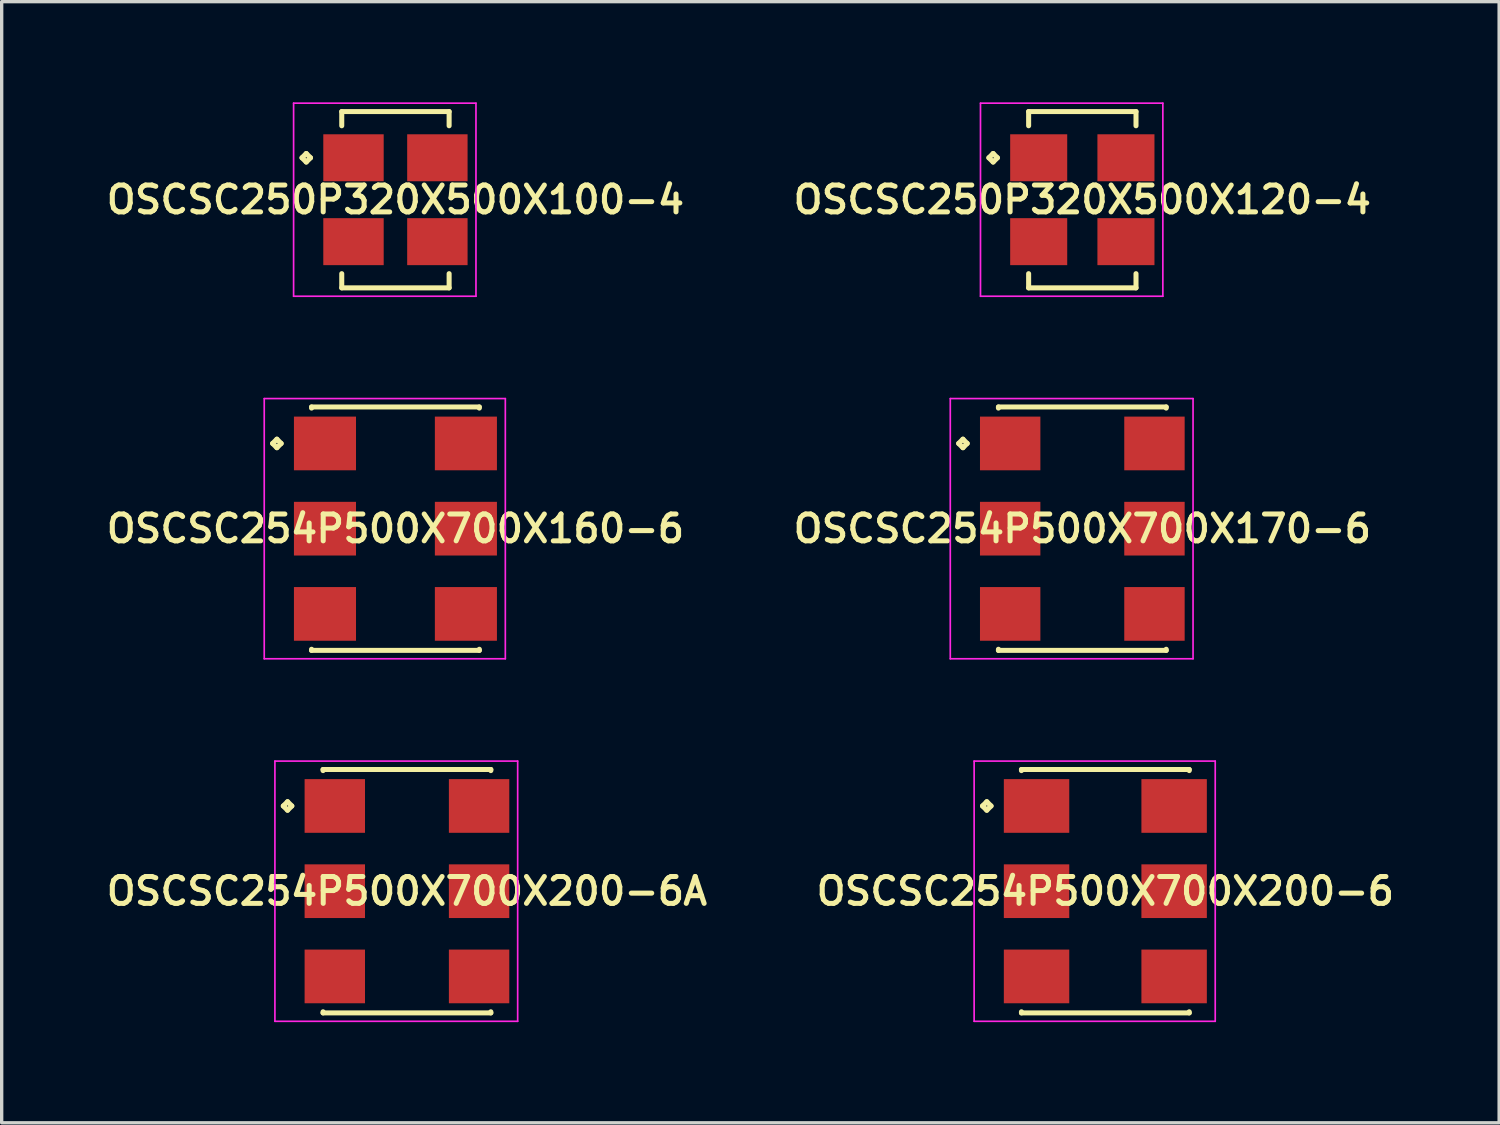
<source format=kicad_pcb>
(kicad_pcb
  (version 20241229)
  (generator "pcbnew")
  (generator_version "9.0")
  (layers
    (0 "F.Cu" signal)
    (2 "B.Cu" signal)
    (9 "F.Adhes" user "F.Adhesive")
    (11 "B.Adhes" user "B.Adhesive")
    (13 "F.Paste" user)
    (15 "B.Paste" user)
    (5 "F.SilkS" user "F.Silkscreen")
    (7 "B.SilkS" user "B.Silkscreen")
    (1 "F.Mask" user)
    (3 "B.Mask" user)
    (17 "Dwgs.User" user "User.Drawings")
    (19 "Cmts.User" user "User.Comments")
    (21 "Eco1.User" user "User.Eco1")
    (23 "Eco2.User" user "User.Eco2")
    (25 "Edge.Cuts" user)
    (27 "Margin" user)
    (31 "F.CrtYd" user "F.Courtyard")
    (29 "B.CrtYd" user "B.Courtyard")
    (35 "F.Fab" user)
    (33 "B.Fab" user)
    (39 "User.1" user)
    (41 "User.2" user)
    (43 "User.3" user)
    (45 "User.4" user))
  (footprint "OSCSC254P500X700X200-6A"
    (layer "F.Cu")
    (at 9.078 23.51)
    (property "Reference" "OSCSC254P500X700X200-6A" (at 0 0 0) (layer "F.SilkS") (effects (font (size 0.8 0.8) (thickness 0.15))))
    (attr smd)
    (fp_line (start -3.685 -2.54) (end -3.558 -2.667) (stroke (width 0.15) (type solid)) (layer "F.SilkS"))
    (fp_line (start -3.558 -2.667) (end -3.431 -2.54) (stroke (width 0.15) (type solid)) (layer "F.SilkS"))
    (fp_line (start -3.558 -2.413) (end -3.685 -2.54) (stroke (width 0.15) (type solid)) (layer "F.SilkS"))
    (fp_line (start -3.431 -2.54) (end -3.558 -2.413) (stroke (width 0.15) (type solid)) (layer "F.SilkS"))
    (fp_line (start -2.5 -3.627) (end 2.5 -3.627) (stroke (width 0.15) (type solid)) (layer "F.SilkS"))
    (fp_line (start -2.5 -3.594) (end -2.5 -3.627) (stroke (width 0.15) (type solid)) (layer "F.SilkS"))
    (fp_line (start -2.5 3.594) (end -2.5 3.627) (stroke (width 0.15) (type solid)) (layer "F.SilkS"))
    (fp_line (start -2.5 3.627) (end 2.5 3.627) (stroke (width 0.15) (type solid)) (layer "F.SilkS"))
    (fp_line (start 2.5 -3.627) (end 2.5 -3.594) (stroke (width 0.15) (type solid)) (layer "F.SilkS"))
    (fp_line (start 2.5 3.627) (end 2.5 3.594) (stroke (width 0.15) (type solid)) (layer "F.SilkS"))
    (fp_line (start -3.935 -3.877) (end 3.3 -3.877) (stroke (width 0.05) (type solid)) (layer "F.CrtYd"))
    (fp_line (start -3.935 3.877) (end -3.935 -3.877) (stroke (width 0.05) (type solid)) (layer "F.CrtYd"))
    (fp_line (start 3.3 -3.877) (end 3.3 3.877) (stroke (width 0.05) (type solid)) (layer "F.CrtYd"))
    (fp_line (start 3.3 3.877) (end -3.935 3.877) (stroke (width 0.05) (type solid)) (layer "F.CrtYd"))
    (pad "1" smd rect (at -2.15 -2.54) (size 1.8 1.6) (layers "F.Cu" "F.Mask" "F.Paste"))
    (pad "2" smd rect (at -2.15 0) (size 1.8 1.6) (layers "F.Cu" "F.Mask" "F.Paste"))
    (pad "3" smd rect (at -2.15 2.54) (size 1.8 1.6) (layers "F.Cu" "F.Mask" "F.Paste"))
    (pad "4" smd rect (at 2.15 2.54) (size 1.8 1.6) (layers "F.Cu" "F.Mask" "F.Paste"))
    (pad "5" smd rect (at 2.15 0) (size 1.8 1.6) (layers "F.Cu" "F.Mask" "F.Paste"))
    (pad "6" smd rect (at 2.15 -2.54) (size 1.8 1.6) (layers "F.Cu" "F.Mask" "F.Paste")))
  (footprint "OSCSC254P500X700X160-6"
    (layer "F.Cu")
    (at 8.735 12.706)
    (property "Reference" "OSCSC254P500X700X160-6" (at 0 0 0) (layer "F.SilkS") (effects (font (size 0.8 0.8) (thickness 0.15))))
    (attr smd)
    (fp_line (start -3.66 -2.54) (end -3.533 -2.667) (stroke (width 0.15) (type solid)) (layer "F.SilkS"))
    (fp_line (start -3.533 -2.667) (end -3.406 -2.54) (stroke (width 0.15) (type solid)) (layer "F.SilkS"))
    (fp_line (start -3.533 -2.413) (end -3.66 -2.54) (stroke (width 0.15) (type solid)) (layer "F.SilkS"))
    (fp_line (start -3.406 -2.54) (end -3.533 -2.413) (stroke (width 0.15) (type solid)) (layer "F.SilkS"))
    (fp_line (start -2.5 -3.627) (end 2.5 -3.627) (stroke (width 0.15) (type solid)) (layer "F.SilkS"))
    (fp_line (start -2.5 -3.594) (end -2.5 -3.627) (stroke (width 0.15) (type solid)) (layer "F.SilkS"))
    (fp_line (start -2.5 3.594) (end -2.5 3.627) (stroke (width 0.15) (type solid)) (layer "F.SilkS"))
    (fp_line (start -2.5 3.627) (end 2.5 3.627) (stroke (width 0.15) (type solid)) (layer "F.SilkS"))
    (fp_line (start 2.5 -3.627) (end 2.5 -3.594) (stroke (width 0.15) (type solid)) (layer "F.SilkS"))
    (fp_line (start 2.5 3.627) (end 2.5 3.594) (stroke (width 0.15) (type solid)) (layer "F.SilkS"))
    (fp_line (start -3.91 -3.877) (end 3.275 -3.877) (stroke (width 0.05) (type solid)) (layer "F.CrtYd"))
    (fp_line (start -3.91 3.877) (end -3.91 -3.877) (stroke (width 0.05) (type solid)) (layer "F.CrtYd"))
    (fp_line (start 3.275 -3.877) (end 3.275 3.877) (stroke (width 0.05) (type solid)) (layer "F.CrtYd"))
    (fp_line (start 3.275 3.877) (end -3.91 3.877) (stroke (width 0.05) (type solid)) (layer "F.CrtYd"))
    (pad "1" smd rect (at -2.1 -2.54) (size 1.85 1.6) (layers "F.Cu" "F.Mask" "F.Paste"))
    (pad "2" smd rect (at -2.1 0) (size 1.85 1.6) (layers "F.Cu" "F.Mask" "F.Paste"))
    (pad "3" smd rect (at -2.1 2.54) (size 1.85 1.6) (layers "F.Cu" "F.Mask" "F.Paste"))
    (pad "4" smd rect (at 2.1 2.54) (size 1.85 1.6) (layers "F.Cu" "F.Mask" "F.Paste"))
    (pad "5" smd rect (at 2.1 0) (size 1.85 1.6) (layers "F.Cu" "F.Mask" "F.Paste"))
    (pad "6" smd rect (at 2.1 -2.54) (size 1.85 1.6) (layers "F.Cu" "F.Mask" "F.Paste")))
  (footprint "OSCSC250P320X500X100-4"
    (layer "F.Cu")
    (at 8.735 2.902)
    (property "Reference" "OSCSC250P320X500X100-4" (at 0 0 0) (layer "F.SilkS") (effects (font (size 0.8 0.8) (thickness 0.15))))
    (attr smd)
    (fp_line (start -2.785 -1.25) (end -2.658 -1.377) (stroke (width 0.15) (type solid)) (layer "F.SilkS"))
    (fp_line (start -2.658 -1.377) (end -2.531 -1.25) (stroke (width 0.15) (type solid)) (layer "F.SilkS"))
    (fp_line (start -2.658 -1.123) (end -2.785 -1.25) (stroke (width 0.15) (type solid)) (layer "F.SilkS"))
    (fp_line (start -2.531 -1.25) (end -2.658 -1.123) (stroke (width 0.15) (type solid)) (layer "F.SilkS"))
    (fp_line (start -1.6 -2.627) (end 1.6 -2.627) (stroke (width 0.15) (type solid)) (layer "F.SilkS"))
    (fp_line (start -1.6 -2.204) (end -1.6 -2.627) (stroke (width 0.15) (type solid)) (layer "F.SilkS"))
    (fp_line (start -1.6 2.204) (end -1.6 2.627) (stroke (width 0.15) (type solid)) (layer "F.SilkS"))
    (fp_line (start -1.6 2.627) (end 1.6 2.627) (stroke (width 0.15) (type solid)) (layer "F.SilkS"))
    (fp_line (start 1.6 -2.627) (end 1.6 -2.204) (stroke (width 0.15) (type solid)) (layer "F.SilkS"))
    (fp_line (start 1.6 2.627) (end 1.6 2.204) (stroke (width 0.15) (type solid)) (layer "F.SilkS"))
    (fp_line (start -3.035 -2.877) (end 2.4 -2.877) (stroke (width 0.05) (type solid)) (layer "F.CrtYd"))
    (fp_line (start -3.035 2.877) (end -3.035 -2.877) (stroke (width 0.05) (type solid)) (layer "F.CrtYd"))
    (fp_line (start 2.4 -2.877) (end 2.4 2.877) (stroke (width 0.05) (type solid)) (layer "F.CrtYd"))
    (fp_line (start 2.4 2.877) (end -3.035 2.877) (stroke (width 0.05) (type solid)) (layer "F.CrtYd"))
    (pad "1" smd rect (at -1.25 -1.25) (size 1.8 1.4) (layers "F.Cu" "F.Mask" "F.Paste"))
    (pad "2" smd rect (at -1.25 1.25) (size 1.8 1.4) (layers "F.Cu" "F.Mask" "F.Paste"))
    (pad "3" smd rect (at 1.25 1.25) (size 1.8 1.4) (layers "F.Cu" "F.Mask" "F.Paste"))
    (pad "4" smd rect (at 1.25 -1.25) (size 1.8 1.4) (layers "F.Cu" "F.Mask" "F.Paste")))
  (footprint "OSCSC250P320X500X120-4"
    (layer "F.Cu")
    (at 29.206 2.902)
    (property "Reference" "OSCSC250P320X500X120-4" (at 0 0 0) (layer "F.SilkS") (effects (font (size 0.8 0.8) (thickness 0.15))))
    (attr smd)
    (fp_line (start -2.785 -1.25) (end -2.658 -1.377) (stroke (width 0.15) (type solid)) (layer "F.SilkS"))
    (fp_line (start -2.658 -1.377) (end -2.531 -1.25) (stroke (width 0.15) (type solid)) (layer "F.SilkS"))
    (fp_line (start -2.658 -1.123) (end -2.785 -1.25) (stroke (width 0.15) (type solid)) (layer "F.SilkS"))
    (fp_line (start -2.531 -1.25) (end -2.658 -1.123) (stroke (width 0.15) (type solid)) (layer "F.SilkS"))
    (fp_line (start -1.6 -2.627) (end 1.6 -2.627) (stroke (width 0.15) (type solid)) (layer "F.SilkS"))
    (fp_line (start -1.6 -2.204) (end -1.6 -2.627) (stroke (width 0.15) (type solid)) (layer "F.SilkS"))
    (fp_line (start -1.6 2.204) (end -1.6 2.627) (stroke (width 0.15) (type solid)) (layer "F.SilkS"))
    (fp_line (start -1.6 2.627) (end 1.6 2.627) (stroke (width 0.15) (type solid)) (layer "F.SilkS"))
    (fp_line (start 1.6 -2.627) (end 1.6 -2.204) (stroke (width 0.15) (type solid)) (layer "F.SilkS"))
    (fp_line (start 1.6 2.627) (end 1.6 2.204) (stroke (width 0.15) (type solid)) (layer "F.SilkS"))
    (fp_line (start -3.035 -2.877) (end 2.4 -2.877) (stroke (width 0.05) (type solid)) (layer "F.CrtYd"))
    (fp_line (start -3.035 2.877) (end -3.035 -2.877) (stroke (width 0.05) (type solid)) (layer "F.CrtYd"))
    (fp_line (start 2.4 -2.877) (end 2.4 2.877) (stroke (width 0.05) (type solid)) (layer "F.CrtYd"))
    (fp_line (start 2.4 2.877) (end -3.035 2.877) (stroke (width 0.05) (type solid)) (layer "F.CrtYd"))
    (pad "1" smd rect (at -1.3 -1.25) (size 1.7 1.4) (layers "F.Cu" "F.Mask" "F.Paste"))
    (pad "2" smd rect (at -1.3 1.25) (size 1.7 1.4) (layers "F.Cu" "F.Mask" "F.Paste"))
    (pad "3" smd rect (at 1.3 1.25) (size 1.7 1.4) (layers "F.Cu" "F.Mask" "F.Paste"))
    (pad "4" smd rect (at 1.3 -1.25) (size 1.7 1.4) (layers "F.Cu" "F.Mask" "F.Paste")))
  (footprint "OSCSC254P500X700X200-6"
    (layer "F.Cu")
    (at 29.892 23.51)
    (property "Reference" "OSCSC254P500X700X200-6" (at 0 0 0) (layer "F.SilkS") (effects (font (size 0.8 0.8) (thickness 0.15))))
    (attr smd)
    (fp_line (start -3.66 -2.54) (end -3.533 -2.667) (stroke (width 0.15) (type solid)) (layer "F.SilkS"))
    (fp_line (start -3.533 -2.667) (end -3.406 -2.54) (stroke (width 0.15) (type solid)) (layer "F.SilkS"))
    (fp_line (start -3.533 -2.413) (end -3.66 -2.54) (stroke (width 0.15) (type solid)) (layer "F.SilkS"))
    (fp_line (start -3.406 -2.54) (end -3.533 -2.413) (stroke (width 0.15) (type solid)) (layer "F.SilkS"))
    (fp_line (start -2.5 -3.627) (end 2.5 -3.627) (stroke (width 0.15) (type solid)) (layer "F.SilkS"))
    (fp_line (start -2.5 -3.594) (end -2.5 -3.627) (stroke (width 0.15) (type solid)) (layer "F.SilkS"))
    (fp_line (start -2.5 3.594) (end -2.5 3.627) (stroke (width 0.15) (type solid)) (layer "F.SilkS"))
    (fp_line (start -2.5 3.627) (end 2.5 3.627) (stroke (width 0.15) (type solid)) (layer "F.SilkS"))
    (fp_line (start 2.5 -3.627) (end 2.5 -3.594) (stroke (width 0.15) (type solid)) (layer "F.SilkS"))
    (fp_line (start 2.5 3.627) (end 2.5 3.594) (stroke (width 0.15) (type solid)) (layer "F.SilkS"))
    (fp_line (start -3.91 -3.877) (end 3.275 -3.877) (stroke (width 0.05) (type solid)) (layer "F.CrtYd"))
    (fp_line (start -3.91 3.877) (end -3.91 -3.877) (stroke (width 0.05) (type solid)) (layer "F.CrtYd"))
    (fp_line (start 3.275 -3.877) (end 3.275 3.877) (stroke (width 0.05) (type solid)) (layer "F.CrtYd"))
    (fp_line (start 3.275 3.877) (end -3.91 3.877) (stroke (width 0.05) (type solid)) (layer "F.CrtYd"))
    (pad "1" smd rect (at -2.05 -2.54) (size 1.95 1.6) (layers "F.Cu" "F.Mask" "F.Paste"))
    (pad "2" smd rect (at -2.05 0) (size 1.95 1.6) (layers "F.Cu" "F.Mask" "F.Paste"))
    (pad "3" smd rect (at -2.05 2.54) (size 1.95 1.6) (layers "F.Cu" "F.Mask" "F.Paste"))
    (pad "4" smd rect (at 2.05 2.54) (size 1.95 1.6) (layers "F.Cu" "F.Mask" "F.Paste"))
    (pad "5" smd rect (at 2.05 0) (size 1.95 1.6) (layers "F.Cu" "F.Mask" "F.Paste"))
    (pad "6" smd rect (at 2.05 -2.54) (size 1.95 1.6) (layers "F.Cu" "F.Mask" "F.Paste")))
  (footprint "OSCSC254P500X700X170-6"
    (layer "F.Cu")
    (at 29.206 12.706)
    (property "Reference" "OSCSC254P500X700X170-6" (at 0 0 0) (layer "F.SilkS") (effects (font (size 0.8 0.8) (thickness 0.15))))
    (attr smd)
    (fp_line (start -3.685 -2.54) (end -3.558 -2.667) (stroke (width 0.15) (type solid)) (layer "F.SilkS"))
    (fp_line (start -3.558 -2.667) (end -3.431 -2.54) (stroke (width 0.15) (type solid)) (layer "F.SilkS"))
    (fp_line (start -3.558 -2.413) (end -3.685 -2.54) (stroke (width 0.15) (type solid)) (layer "F.SilkS"))
    (fp_line (start -3.431 -2.54) (end -3.558 -2.413) (stroke (width 0.15) (type solid)) (layer "F.SilkS"))
    (fp_line (start -2.5 -3.627) (end 2.5 -3.627) (stroke (width 0.15) (type solid)) (layer "F.SilkS"))
    (fp_line (start -2.5 -3.594) (end -2.5 -3.627) (stroke (width 0.15) (type solid)) (layer "F.SilkS"))
    (fp_line (start -2.5 3.594) (end -2.5 3.627) (stroke (width 0.15) (type solid)) (layer "F.SilkS"))
    (fp_line (start -2.5 3.627) (end 2.5 3.627) (stroke (width 0.15) (type solid)) (layer "F.SilkS"))
    (fp_line (start 2.5 -3.627) (end 2.5 -3.594) (stroke (width 0.15) (type solid)) (layer "F.SilkS"))
    (fp_line (start 2.5 3.627) (end 2.5 3.594) (stroke (width 0.15) (type solid)) (layer "F.SilkS"))
    (fp_line (start -3.935 -3.877) (end 3.3 -3.877) (stroke (width 0.05) (type solid)) (layer "F.CrtYd"))
    (fp_line (start -3.935 3.877) (end -3.935 -3.877) (stroke (width 0.05) (type solid)) (layer "F.CrtYd"))
    (fp_line (start 3.3 -3.877) (end 3.3 3.877) (stroke (width 0.05) (type solid)) (layer "F.CrtYd"))
    (fp_line (start 3.3 3.877) (end -3.935 3.877) (stroke (width 0.05) (type solid)) (layer "F.CrtYd"))
    (pad "1" smd rect (at -2.15 -2.54) (size 1.8 1.6) (layers "F.Cu" "F.Mask" "F.Paste"))
    (pad "2" smd rect (at -2.15 0) (size 1.8 1.6) (layers "F.Cu" "F.Mask" "F.Paste"))
    (pad "3" smd rect (at -2.15 2.54) (size 1.8 1.6) (layers "F.Cu" "F.Mask" "F.Paste"))
    (pad "4" smd rect (at 2.15 2.54) (size 1.8 1.6) (layers "F.Cu" "F.Mask" "F.Paste"))
    (pad "5" smd rect (at 2.15 0) (size 1.8 1.6) (layers "F.Cu" "F.Mask" "F.Paste"))
    (pad "6" smd rect (at 2.15 -2.54) (size 1.8 1.6) (layers "F.Cu" "F.Mask" "F.Paste")))
  (gr_rect
    (start -3 -3)
    (end 41.628 30.412)
    (stroke (width 0.1) (type default))
    (fill no)
    (layer "Edge.Cuts")))
</source>
